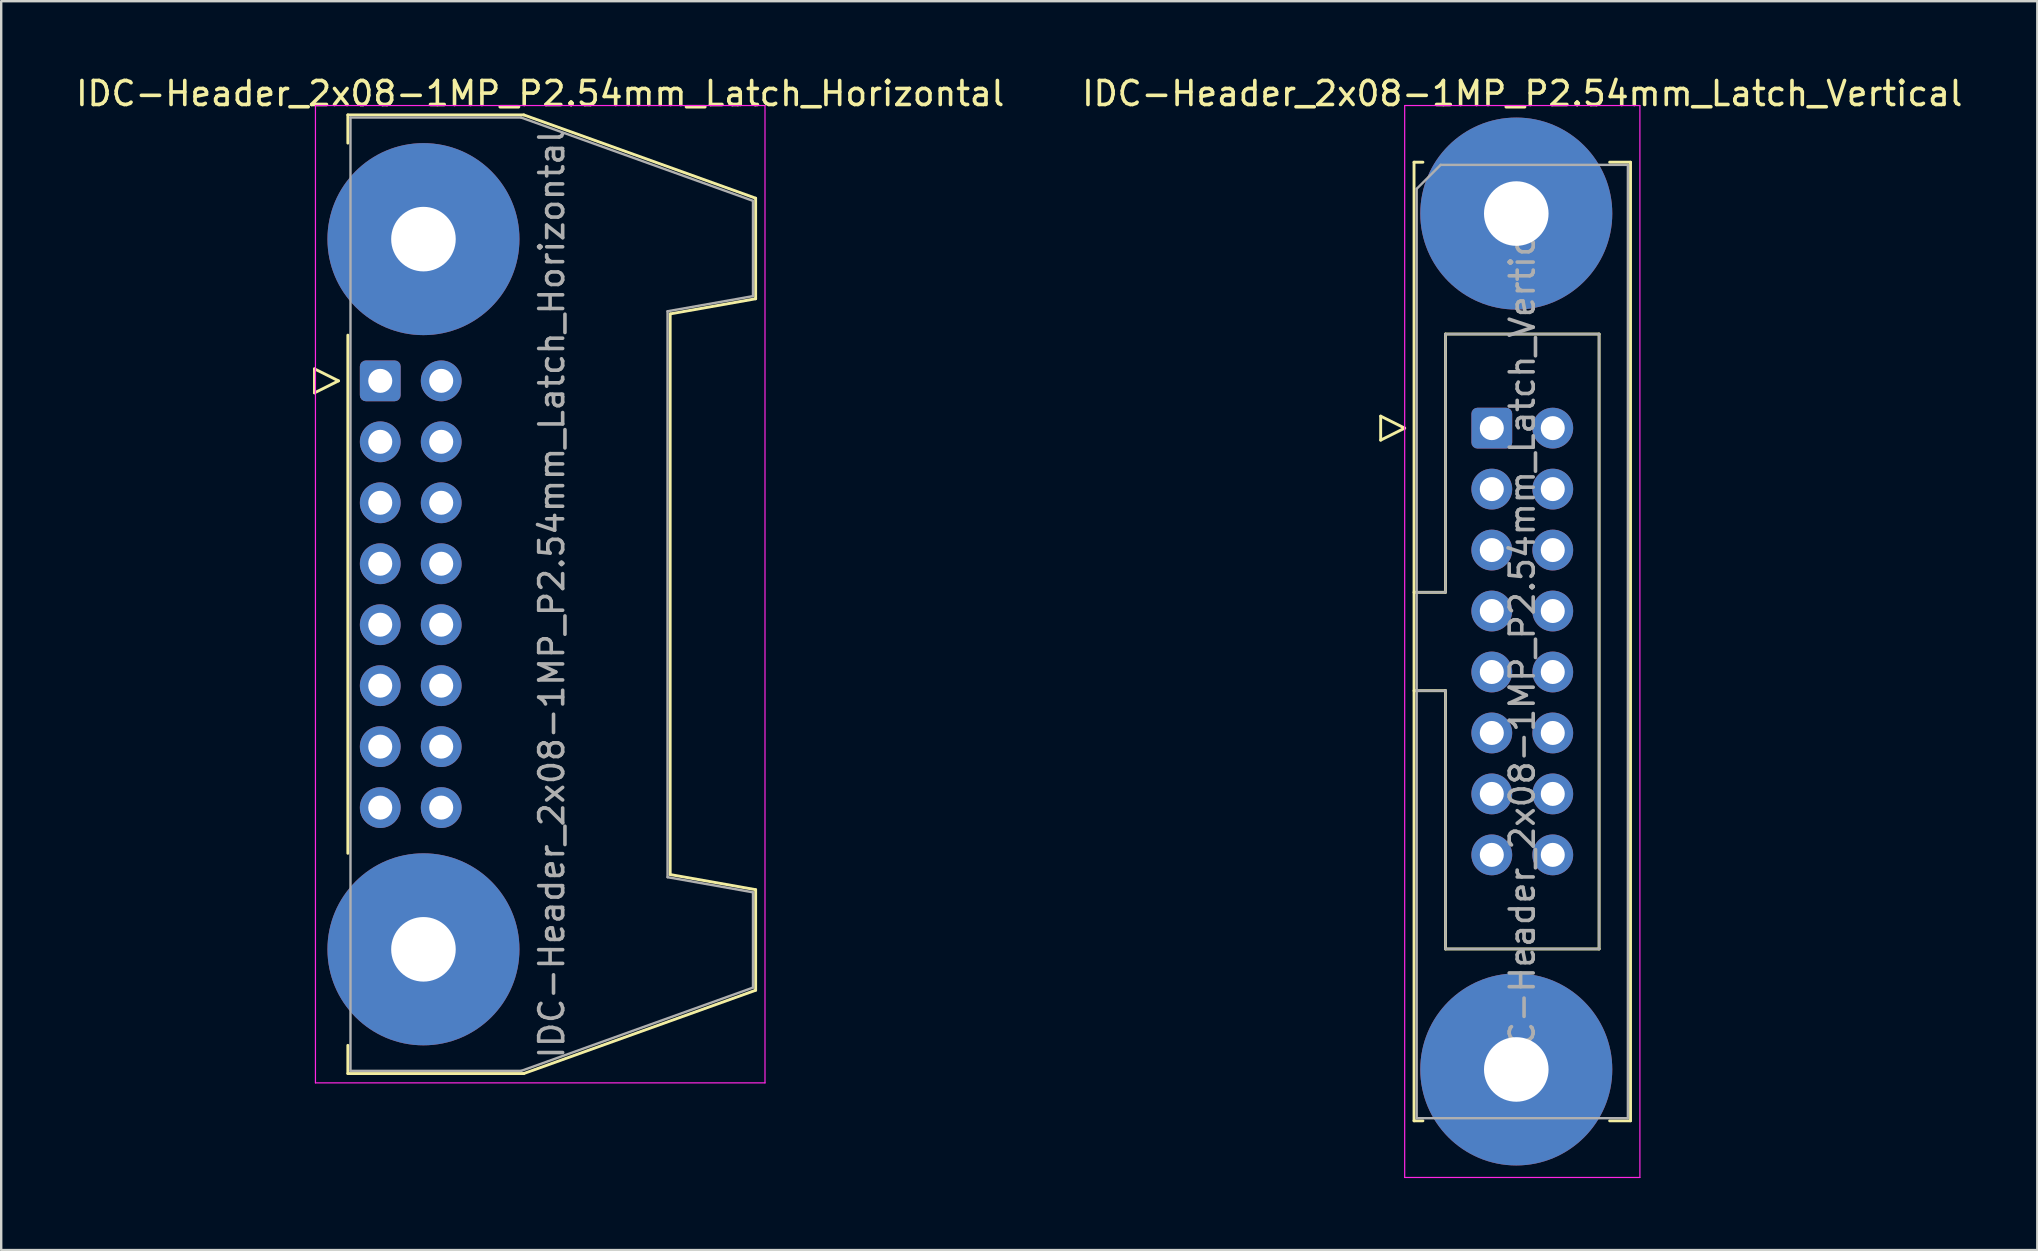
<source format=kicad_pcb>
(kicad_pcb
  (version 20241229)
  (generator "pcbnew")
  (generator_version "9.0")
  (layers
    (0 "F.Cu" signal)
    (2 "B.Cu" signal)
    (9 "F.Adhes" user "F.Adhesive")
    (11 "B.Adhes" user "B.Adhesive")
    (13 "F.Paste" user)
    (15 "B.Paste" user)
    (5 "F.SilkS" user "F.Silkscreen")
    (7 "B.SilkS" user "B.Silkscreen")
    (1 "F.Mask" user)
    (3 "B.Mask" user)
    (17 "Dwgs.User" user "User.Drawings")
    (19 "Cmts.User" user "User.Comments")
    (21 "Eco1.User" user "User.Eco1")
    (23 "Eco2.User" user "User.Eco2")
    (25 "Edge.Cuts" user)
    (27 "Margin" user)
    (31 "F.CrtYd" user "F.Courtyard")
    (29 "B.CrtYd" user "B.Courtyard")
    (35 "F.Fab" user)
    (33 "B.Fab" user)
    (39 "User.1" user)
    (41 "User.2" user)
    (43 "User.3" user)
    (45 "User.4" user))
  (footprint "IDC-Header_2x08-1MP_P2.54mm_Latch_Vertical"
    (layer "F.Cu")
    (at 59.105 14.788)
    (property "Reference" "IDC-Header_2x08-1MP_P2.54mm_Latch_Vertical" (at 1.27 -13.94 0) (layer "F.SilkS") (effects (font (size 1 1) (thickness 0.15))))
    (attr through_hole)
    (fp_line (start -4.63 -0.5) (end -4.63 0.5) (stroke (width 0.12) (type solid)) (layer "F.SilkS"))
    (fp_line (start -4.63 0.5) (end -3.63 0) (stroke (width 0.12) (type solid)) (layer "F.SilkS"))
    (fp_line (start -3.63 0) (end -4.63 -0.5) (stroke (width 0.12) (type solid)) (layer "F.SilkS"))
    (fp_line (start -3.24 -11.08) (end -3.24 28.86) (stroke (width 0.12) (type solid)) (layer "F.SilkS"))
    (fp_line (start -3.24 6.84) (end -1.93 6.84) (stroke (width 0.12) (type solid)) (layer "F.SilkS"))
    (fp_line (start -3.24 28.86) (end -2.87 28.86) (stroke (width 0.12) (type solid)) (layer "F.SilkS"))
    (fp_line (start -2.87 -11.08) (end -3.24 -11.08) (stroke (width 0.12) (type solid)) (layer "F.SilkS"))
    (fp_line (start -1.93 -3.92) (end 4.47 -3.92) (stroke (width 0.12) (type solid)) (layer "F.SilkS"))
    (fp_line (start -1.93 6.84) (end -1.93 -3.92) (stroke (width 0.12) (type solid)) (layer "F.SilkS"))
    (fp_line (start -1.93 10.94) (end -3.24 10.94) (stroke (width 0.12) (type solid)) (layer "F.SilkS"))
    (fp_line (start -1.93 10.94) (end -1.93 10.94) (stroke (width 0.12) (type solid)) (layer "F.SilkS"))
    (fp_line (start -1.93 21.7) (end -1.93 10.94) (stroke (width 0.12) (type solid)) (layer "F.SilkS"))
    (fp_line (start 4.47 -3.92) (end 4.47 21.7) (stroke (width 0.12) (type solid)) (layer "F.SilkS"))
    (fp_line (start 4.47 21.7) (end -1.93 21.7) (stroke (width 0.12) (type solid)) (layer "F.SilkS"))
    (fp_line (start 4.91 -11.08) (end 5.78 -11.08) (stroke (width 0.12) (type solid)) (layer "F.SilkS"))
    (fp_line (start 5.78 -11.08) (end 5.78 28.86) (stroke (width 0.12) (type solid)) (layer "F.SilkS"))
    (fp_line (start 5.78 28.86) (end 4.91 28.86) (stroke (width 0.12) (type solid)) (layer "F.SilkS"))
    (fp_line (start -3.63 -13.44) (end -3.63 31.22) (stroke (width 0.05) (type solid)) (layer "F.CrtYd"))
    (fp_line (start -3.63 31.22) (end 6.17 31.22) (stroke (width 0.05) (type solid)) (layer "F.CrtYd"))
    (fp_line (start 6.17 -13.44) (end -3.63 -13.44) (stroke (width 0.05) (type solid)) (layer "F.CrtYd"))
    (fp_line (start 6.17 31.22) (end 6.17 -13.44) (stroke (width 0.05) (type solid)) (layer "F.CrtYd"))
    (fp_line (start -3.13 -9.97) (end -2.13 -10.97) (stroke (width 0.1) (type solid)) (layer "F.Fab"))
    (fp_line (start -3.13 6.84) (end -1.93 6.84) (stroke (width 0.1) (type solid)) (layer "F.Fab"))
    (fp_line (start -3.13 28.75) (end -3.13 -9.97) (stroke (width 0.1) (type solid)) (layer "F.Fab"))
    (fp_line (start -2.13 -10.97) (end 5.67 -10.97) (stroke (width 0.1) (type solid)) (layer "F.Fab"))
    (fp_line (start -1.93 -3.92) (end 4.47 -3.92) (stroke (width 0.1) (type solid)) (layer "F.Fab"))
    (fp_line (start -1.93 6.84) (end -1.93 -3.92) (stroke (width 0.1) (type solid)) (layer "F.Fab"))
    (fp_line (start -1.93 10.94) (end -3.13 10.94) (stroke (width 0.1) (type solid)) (layer "F.Fab"))
    (fp_line (start -1.93 10.94) (end -1.93 10.94) (stroke (width 0.1) (type solid)) (layer "F.Fab"))
    (fp_line (start -1.93 21.7) (end -1.93 10.94) (stroke (width 0.1) (type solid)) (layer "F.Fab"))
    (fp_line (start 4.47 -3.92) (end 4.47 21.7) (stroke (width 0.1) (type solid)) (layer "F.Fab"))
    (fp_line (start 4.47 21.7) (end -1.93 21.7) (stroke (width 0.1) (type solid)) (layer "F.Fab"))
    (fp_line (start 5.67 -10.97) (end 5.67 28.75) (stroke (width 0.1) (type solid)) (layer "F.Fab"))
    (fp_line (start 5.67 28.75) (end -3.13 28.75) (stroke (width 0.1) (type solid)) (layer "F.Fab"))
    (fp_text user "${REFERENCE}" (at 1.27 8.89 90) (layer "F.Fab") (effects (font (size 1 1) (thickness 0.15))))
    (pad "1" thru_hole roundrect (at 0 0) (size 1.7 1.7) (drill 1) (layers "*.Cu" "*.Mask") (roundrect_rratio 0.147))
    (pad "2" thru_hole circle (at 2.54 0) (size 1.7 1.7) (drill 1) (layers "*.Cu" "*.Mask"))
    (pad "3" thru_hole circle (at 0 2.54) (size 1.7 1.7) (drill 1) (layers "*.Cu" "*.Mask"))
    (pad "4" thru_hole circle (at 2.54 2.54) (size 1.7 1.7) (drill 1) (layers "*.Cu" "*.Mask"))
    (pad "5" thru_hole circle (at 0 5.08) (size 1.7 1.7) (drill 1) (layers "*.Cu" "*.Mask"))
    (pad "6" thru_hole circle (at 2.54 5.08) (size 1.7 1.7) (drill 1) (layers "*.Cu" "*.Mask"))
    (pad "7" thru_hole circle (at 0 7.62) (size 1.7 1.7) (drill 1) (layers "*.Cu" "*.Mask"))
    (pad "8" thru_hole circle (at 2.54 7.62) (size 1.7 1.7) (drill 1) (layers "*.Cu" "*.Mask"))
    (pad "9" thru_hole circle (at 0 10.16) (size 1.7 1.7) (drill 1) (layers "*.Cu" "*.Mask"))
    (pad "10" thru_hole circle (at 2.54 10.16) (size 1.7 1.7) (drill 1) (layers "*.Cu" "*.Mask"))
    (pad "11" thru_hole circle (at 0 12.7) (size 1.7 1.7) (drill 1) (layers "*.Cu" "*.Mask"))
    (pad "12" thru_hole circle (at 2.54 12.7) (size 1.7 1.7) (drill 1) (layers "*.Cu" "*.Mask"))
    (pad "13" thru_hole circle (at 0 15.24) (size 1.7 1.7) (drill 1) (layers "*.Cu" "*.Mask"))
    (pad "14" thru_hole circle (at 2.54 15.24) (size 1.7 1.7) (drill 1) (layers "*.Cu" "*.Mask"))
    (pad "15" thru_hole circle (at 0 17.78) (size 1.7 1.7) (drill 1) (layers "*.Cu" "*.Mask"))
    (pad "16" thru_hole circle (at 2.54 17.78) (size 1.7 1.7) (drill 1) (layers "*.Cu" "*.Mask"))
    (pad "MP" thru_hole circle (at 1.02 -8.94) (size 8 8) (drill 2.69) (layers "*.Cu" "*.Mask"))
    (pad "MP" thru_hole circle (at 1.02 26.72) (size 8 8) (drill 2.69) (layers "*.Cu" "*.Mask")))
  (footprint "IDC-Header_2x08-1MP_P2.54mm_Latch_Horizontal"
    (layer "F.Cu")
    (at 12.793 12.818)
    (property "Reference" "IDC-Header_2x08-1MP_P2.54mm_Latch_Horizontal" (at 6.665 -11.97 0) (layer "F.SilkS") (effects (font (size 1 1) (thickness 0.15))))
    (attr through_hole)
    (fp_line (start -2.74 -0.5) (end -2.74 0.5) (stroke (width 0.12) (type solid)) (layer "F.SilkS"))
    (fp_line (start -2.74 0.5) (end -1.74 0) (stroke (width 0.12) (type solid)) (layer "F.SilkS"))
    (fp_line (start -1.74 0) (end -2.74 -0.5) (stroke (width 0.12) (type solid)) (layer "F.SilkS"))
    (fp_line (start -1.35 -11.08) (end -1.35 -9.905) (stroke (width 0.12) (type solid)) (layer "F.SilkS"))
    (fp_line (start -1.35 -11.08) (end 5.98 -11.08) (stroke (width 0.12) (type solid)) (layer "F.SilkS"))
    (fp_line (start -1.35 -1.905) (end -1.35 19.685) (stroke (width 0.12) (type solid)) (layer "F.SilkS"))
    (fp_line (start -1.35 27.685) (end -1.35 28.86) (stroke (width 0.12) (type solid)) (layer "F.SilkS"))
    (fp_line (start 5.98 -11.08) (end 15.64 -7.61) (stroke (width 0.12) (type solid)) (layer "F.SilkS"))
    (fp_line (start 5.98 28.86) (end -1.35 28.86) (stroke (width 0.12) (type solid)) (layer "F.SilkS"))
    (fp_line (start 12.08 -2.79) (end 12.08 20.57) (stroke (width 0.12) (type solid)) (layer "F.SilkS"))
    (fp_line (start 12.08 20.57) (end 15.64 21.2) (stroke (width 0.12) (type solid)) (layer "F.SilkS"))
    (fp_line (start 15.64 -7.61) (end 15.64 -3.42) (stroke (width 0.12) (type solid)) (layer "F.SilkS"))
    (fp_line (start 15.64 -3.42) (end 12.08 -2.79) (stroke (width 0.12) (type solid)) (layer "F.SilkS"))
    (fp_line (start 15.64 21.2) (end 15.64 25.39) (stroke (width 0.12) (type solid)) (layer "F.SilkS"))
    (fp_line (start 15.64 25.39) (end 5.98 28.86) (stroke (width 0.12) (type solid)) (layer "F.SilkS"))
    (fp_line (start -2.7 -11.47) (end -2.7 29.25) (stroke (width 0.05) (type solid)) (layer "F.CrtYd"))
    (fp_line (start -2.7 29.25) (end 16.03 29.25) (stroke (width 0.05) (type solid)) (layer "F.CrtYd"))
    (fp_line (start 16.03 -11.47) (end -2.7 -11.47) (stroke (width 0.05) (type solid)) (layer "F.CrtYd"))
    (fp_line (start 16.03 29.25) (end 16.03 -11.47) (stroke (width 0.05) (type solid)) (layer "F.CrtYd"))
    (fp_line (start -1.24 -10.97) (end 5.87 -10.97) (stroke (width 0.1) (type solid)) (layer "F.Fab"))
    (fp_line (start -1.24 28.75) (end -1.24 -10.97) (stroke (width 0.1) (type solid)) (layer "F.Fab"))
    (fp_line (start 5.87 -10.97) (end 15.53 -7.5) (stroke (width 0.1) (type solid)) (layer "F.Fab"))
    (fp_line (start 5.87 28.75) (end -1.24 28.75) (stroke (width 0.1) (type solid)) (layer "F.Fab"))
    (fp_line (start 11.97 -2.9) (end 11.97 20.68) (stroke (width 0.1) (type solid)) (layer "F.Fab"))
    (fp_line (start 11.97 20.68) (end 15.53 21.31) (stroke (width 0.1) (type solid)) (layer "F.Fab"))
    (fp_line (start 15.53 -7.5) (end 15.53 -3.53) (stroke (width 0.1) (type solid)) (layer "F.Fab"))
    (fp_line (start 15.53 -3.53) (end 11.97 -2.9) (stroke (width 0.1) (type solid)) (layer "F.Fab"))
    (fp_line (start 15.53 21.31) (end 15.53 25.28) (stroke (width 0.1) (type solid)) (layer "F.Fab"))
    (fp_line (start 15.53 25.28) (end 5.87 28.75) (stroke (width 0.1) (type solid)) (layer "F.Fab"))
    (fp_text user "${REFERENCE}" (at 7.145 8.89 90) (layer "F.Fab") (effects (font (size 1 1) (thickness 0.15))))
    (pad "1" thru_hole roundrect (at 0 0) (size 1.7 1.7) (drill 1) (layers "*.Cu" "*.Mask") (roundrect_rratio 0.147))
    (pad "2" thru_hole circle (at 2.54 0) (size 1.7 1.7) (drill 1) (layers "*.Cu" "*.Mask"))
    (pad "3" thru_hole circle (at 0 2.54) (size 1.7 1.7) (drill 1) (layers "*.Cu" "*.Mask"))
    (pad "4" thru_hole circle (at 2.54 2.54) (size 1.7 1.7) (drill 1) (layers "*.Cu" "*.Mask"))
    (pad "5" thru_hole circle (at 0 5.08) (size 1.7 1.7) (drill 1) (layers "*.Cu" "*.Mask"))
    (pad "6" thru_hole circle (at 2.54 5.08) (size 1.7 1.7) (drill 1) (layers "*.Cu" "*.Mask"))
    (pad "7" thru_hole circle (at 0 7.62) (size 1.7 1.7) (drill 1) (layers "*.Cu" "*.Mask"))
    (pad "8" thru_hole circle (at 2.54 7.62) (size 1.7 1.7) (drill 1) (layers "*.Cu" "*.Mask"))
    (pad "9" thru_hole circle (at 0 10.16) (size 1.7 1.7) (drill 1) (layers "*.Cu" "*.Mask"))
    (pad "10" thru_hole circle (at 2.54 10.16) (size 1.7 1.7) (drill 1) (layers "*.Cu" "*.Mask"))
    (pad "11" thru_hole circle (at 0 12.7) (size 1.7 1.7) (drill 1) (layers "*.Cu" "*.Mask"))
    (pad "12" thru_hole circle (at 2.54 12.7) (size 1.7 1.7) (drill 1) (layers "*.Cu" "*.Mask"))
    (pad "13" thru_hole circle (at 0 15.24) (size 1.7 1.7) (drill 1) (layers "*.Cu" "*.Mask"))
    (pad "14" thru_hole circle (at 2.54 15.24) (size 1.7 1.7) (drill 1) (layers "*.Cu" "*.Mask"))
    (pad "15" thru_hole circle (at 0 17.78) (size 1.7 1.7) (drill 1) (layers "*.Cu" "*.Mask"))
    (pad "16" thru_hole circle (at 2.54 17.78) (size 1.7 1.7) (drill 1) (layers "*.Cu" "*.Mask"))
    (pad "MP" thru_hole circle (at 1.8 -5.905) (size 8 8) (drill 2.69) (layers "*.Cu" "*.Mask"))
    (pad "MP" thru_hole circle (at 1.8 23.685) (size 8 8) (drill 2.69) (layers "*.Cu" "*.Mask")))
  (gr_rect
    (start -3 -3)
    (end 81.833 49.033)
    (stroke (width 0.1) (type default))
    (fill no)
    (layer "Edge.Cuts")))
</source>
